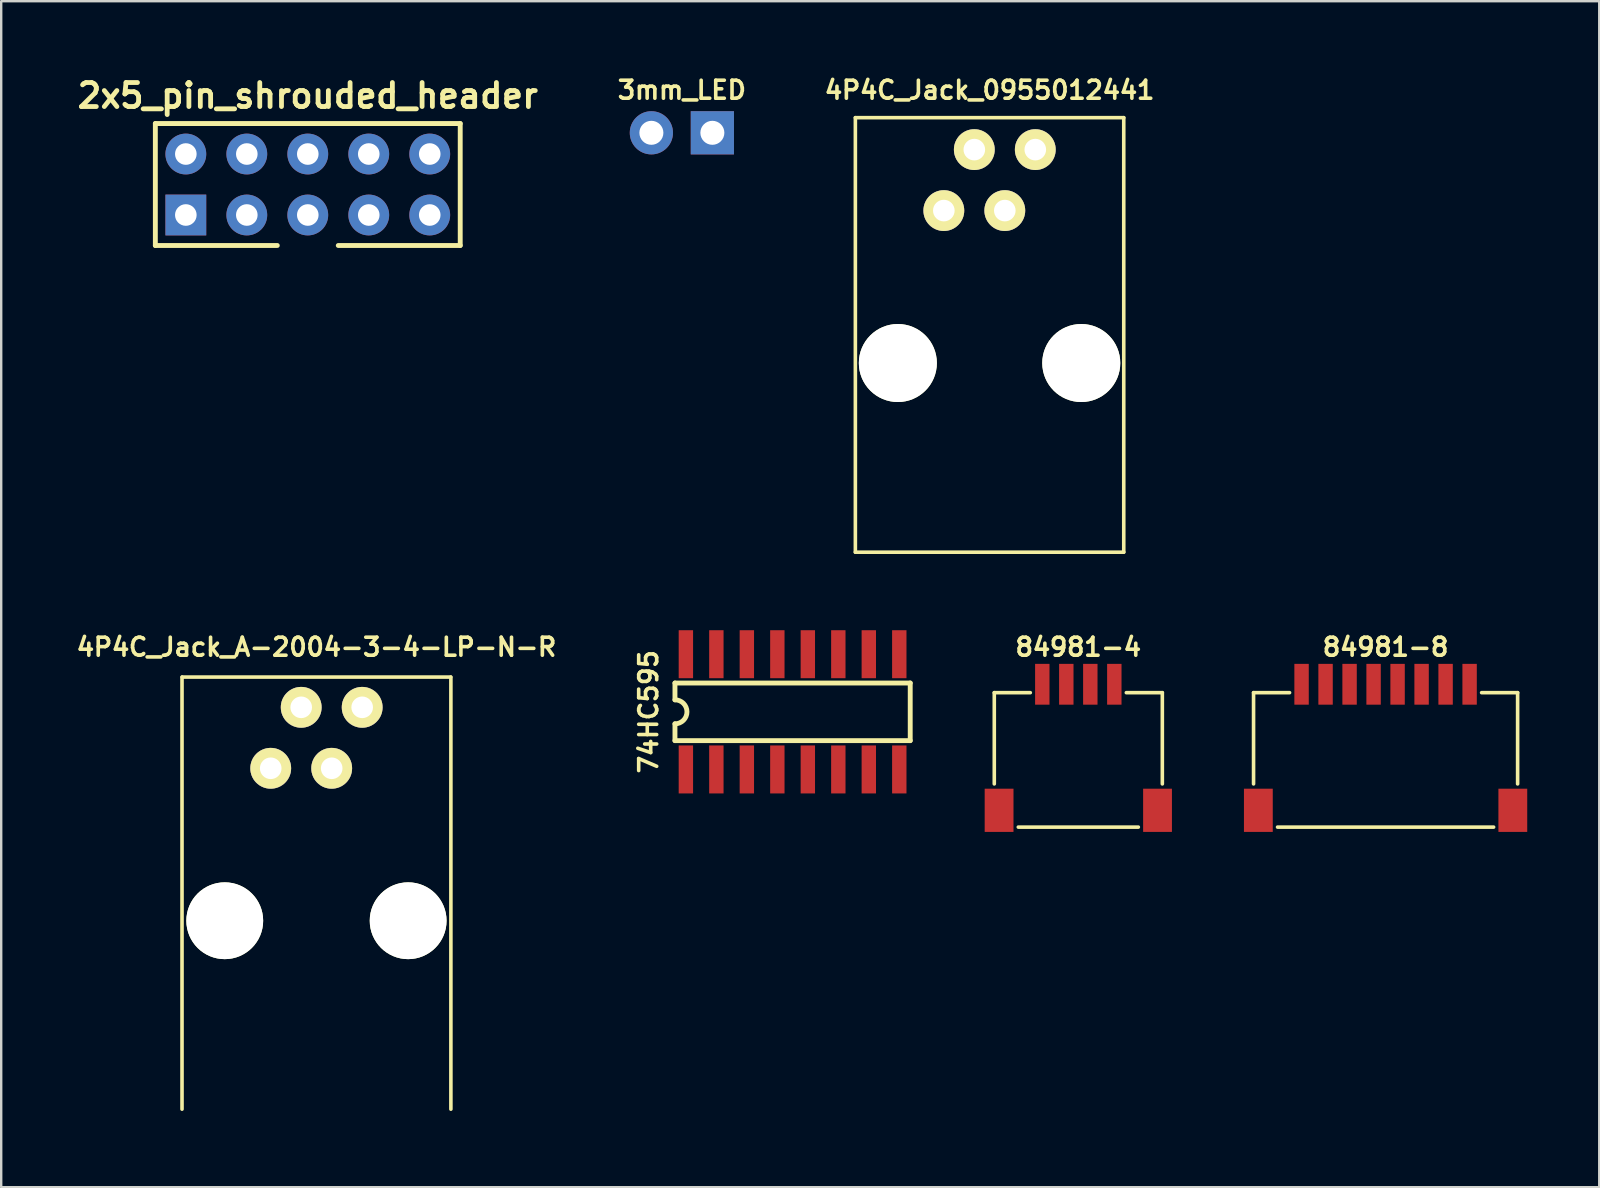
<source format=kicad_pcb>
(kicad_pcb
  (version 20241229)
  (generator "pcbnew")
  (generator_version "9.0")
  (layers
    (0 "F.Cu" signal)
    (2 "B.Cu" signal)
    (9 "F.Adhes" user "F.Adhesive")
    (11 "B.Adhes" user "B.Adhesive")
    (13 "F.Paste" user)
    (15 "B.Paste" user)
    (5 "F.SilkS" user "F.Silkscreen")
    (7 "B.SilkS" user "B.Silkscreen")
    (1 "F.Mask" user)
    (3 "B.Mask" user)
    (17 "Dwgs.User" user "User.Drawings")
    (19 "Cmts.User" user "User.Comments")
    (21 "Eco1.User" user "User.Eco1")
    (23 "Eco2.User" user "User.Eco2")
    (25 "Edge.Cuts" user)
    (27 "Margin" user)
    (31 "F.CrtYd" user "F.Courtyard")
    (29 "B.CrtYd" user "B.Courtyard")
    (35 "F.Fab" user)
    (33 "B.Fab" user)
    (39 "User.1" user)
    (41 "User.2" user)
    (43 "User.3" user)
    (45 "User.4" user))
  (footprint "4P4C_Jack_0955012441"
    (layer "F.Cu")
    (at 38.171 19.952)
    (property "Reference" "4P4C_Jack_0955012441" (at 0 -19.25 0) (layer "F.SilkS") (effects (font (size 0.75 0.75) (thickness 0.15))))
    (attr through_hole)
    (fp_line (start -5.59 -18.1) (end -5.59 0) (stroke (width 0.15) (type solid)) (layer "F.SilkS"))
    (fp_line (start -5.59 0) (end 5.59 0) (stroke (width 0.15) (type solid)) (layer "F.SilkS"))
    (fp_line (start 5.59 -18.1) (end -5.59 -18.1) (stroke (width 0.15) (type solid)) (layer "F.SilkS"))
    (fp_line (start 5.59 0) (end 5.59 -18.1) (stroke (width 0.15) (type solid)) (layer "F.SilkS"))
    (pad "" np_thru_hole circle (at -3.82 -7.88) (size 3.25 3.25) (drill 3.25) (layers "*.Cu" "*.Mask" "F.SilkS"))
    (pad "" np_thru_hole circle (at 3.82 -7.88) (size 3.25 3.25) (drill 3.25) (layers "*.Cu" "*.Mask" "F.SilkS"))
    (pad "1" thru_hole circle (at 1.905 -16.77) (size 1.7 1.7) (drill 0.9) (layers "*.Cu" "*.Mask" "F.SilkS"))
    (pad "2" thru_hole circle (at 0.635 -14.23) (size 1.7 1.7) (drill 0.9) (layers "*.Cu" "*.Mask" "F.SilkS"))
    (pad "3" thru_hole circle (at -0.635 -16.77) (size 1.7 1.7) (drill 0.9) (layers "*.Cu" "*.Mask" "F.SilkS"))
    (pad "4" thru_hole circle (at -1.905 -14.23) (size 1.7 1.7) (drill 0.9) (layers "*.Cu" "*.Mask" "F.SilkS")))
  (footprint "3mm_LED"
    (layer "F.Cu")
    (at 25.354 2.402)
    (property "Reference" "3mm_LED" (at 0 -1.7 0) (layer "F.SilkS") (effects (font (size 0.75 0.75) (thickness 0.15))))
    (attr through_hole)
    (pad "1" thru_hole circle (at -1.27 0.08) (size 1.8 1.8) (drill 1) (layers "*.Cu" "*.Mask"))
    (pad "2" thru_hole rect (at 1.27 0.08) (size 1.8 1.8) (drill 1) (layers "*.Cu" "*.Mask")))
  (footprint "84981-4"
    (layer "F.Cu")
    (at 41.868 31.404)
    (property "Reference" "84981-4" (at 0 -7.5 0) (layer "F.SilkS") (effects (font (size 0.75 0.75) (thickness 0.15))))
    (attr through_hole)
    (fp_line (start -3.5 -5.6) (end -2 -5.6) (stroke (width 0.15) (type solid)) (layer "F.SilkS"))
    (fp_line (start -3.5 -1.8) (end -3.5 -5.6) (stroke (width 0.15) (type solid)) (layer "F.SilkS"))
    (fp_line (start -2.5 0) (end 2.5 0) (stroke (width 0.15) (type solid)) (layer "F.SilkS"))
    (fp_line (start 3.5 -5.6) (end 2 -5.6) (stroke (width 0.15) (type solid)) (layer "F.SilkS"))
    (fp_line (start 3.5 -1.8) (end 3.5 -5.6) (stroke (width 0.15) (type solid)) (layer "F.SilkS"))
    (pad "" smd rect (at -3.3 -0.7) (size 1.2 1.8) (layers "F.Cu" "F.Mask" "F.Paste"))
    (pad "" smd rect (at 3.3 -0.7) (size 1.2 1.8) (layers "F.Cu" "F.Mask" "F.Paste"))
    (pad "1" smd rect (at -1.5 -5.95) (size 0.6 1.7) (layers "F.Cu" "F.Mask" "F.Paste"))
    (pad "2" smd rect (at -0.5 -5.95) (size 0.6 1.7) (layers "F.Cu" "F.Mask" "F.Paste"))
    (pad "3" smd rect (at 0.5 -5.95) (size 0.6 1.7) (layers "F.Cu" "F.Mask" "F.Paste"))
    (pad "4" smd rect (at 1.5 -5.95) (size 0.6 1.7) (layers "F.Cu" "F.Mask" "F.Paste")))
  (footprint "4P4C_Jack_A-2004-3-4-LP-N-R"
    (layer "F.Cu")
    (at 10.132 43.154)
    (property "Reference" "4P4C_Jack_A-2004-3-4-LP-N-R" (at 0 -19.25 0) (layer "F.SilkS") (effects (font (size 0.75 0.75) (thickness 0.15))))
    (attr through_hole)
    (fp_line (start -5.6 -18) (end -5.6 0) (stroke (width 0.15) (type solid)) (layer "F.SilkS"))
    (fp_line (start 5.59 -18) (end -5.59 -18) (stroke (width 0.15) (type solid)) (layer "F.SilkS"))
    (fp_line (start 5.6 0) (end 5.6 -18) (stroke (width 0.15) (type solid)) (layer "F.SilkS"))
    (pad "" np_thru_hole circle (at -3.82 -7.85) (size 3.2 3.2) (drill 3.2) (layers "*.Cu" "*.Mask" "F.SilkS"))
    (pad "" np_thru_hole circle (at 3.82 -7.85) (size 3.2 3.2) (drill 3.2) (layers "*.Cu" "*.Mask" "F.SilkS"))
    (pad "1" thru_hole circle (at 1.905 -16.74) (size 1.7 1.7) (drill 0.9) (layers "*.Cu" "*.Mask" "F.SilkS"))
    (pad "2" thru_hole circle (at 0.635 -14.2) (size 1.7 1.7) (drill 0.9) (layers "*.Cu" "*.Mask" "F.SilkS"))
    (pad "3" thru_hole circle (at -0.635 -16.74) (size 1.7 1.7) (drill 0.9) (layers "*.Cu" "*.Mask" "F.SilkS"))
    (pad "4" thru_hole circle (at -1.905 -14.2) (size 1.7 1.7) (drill 0.9) (layers "*.Cu" "*.Mask" "F.SilkS")))
  (footprint "84981-8"
    (layer "F.Cu")
    (at 54.668 31.404)
    (property "Reference" "84981-8" (at 0 -7.5 0) (layer "F.SilkS") (effects (font (size 0.75 0.75) (thickness 0.15))))
    (attr through_hole)
    (fp_line (start -5.5 -5.6) (end -4 -5.6) (stroke (width 0.15) (type solid)) (layer "F.SilkS"))
    (fp_line (start -5.5 -1.8) (end -5.5 -5.6) (stroke (width 0.15) (type solid)) (layer "F.SilkS"))
    (fp_line (start -4.5 0) (end 4.5 0) (stroke (width 0.15) (type solid)) (layer "F.SilkS"))
    (fp_line (start 5.5 -5.6) (end 4 -5.6) (stroke (width 0.15) (type solid)) (layer "F.SilkS"))
    (fp_line (start 5.5 -1.8) (end 5.5 -5.6) (stroke (width 0.15) (type solid)) (layer "F.SilkS"))
    (pad "" smd rect (at -5.3 -0.7) (size 1.2 1.8) (layers "F.Cu" "F.Mask" "F.Paste"))
    (pad "" smd rect (at 5.3 -0.7) (size 1.2 1.8) (layers "F.Cu" "F.Mask" "F.Paste"))
    (pad "1" smd rect (at -3.5 -5.95) (size 0.6 1.7) (layers "F.Cu" "F.Mask" "F.Paste"))
    (pad "2" smd rect (at -2.5 -5.95) (size 0.6 1.7) (layers "F.Cu" "F.Mask" "F.Paste"))
    (pad "3" smd rect (at -1.5 -5.95) (size 0.6 1.7) (layers "F.Cu" "F.Mask" "F.Paste"))
    (pad "4" smd rect (at -0.5 -5.95) (size 0.6 1.7) (layers "F.Cu" "F.Mask" "F.Paste"))
    (pad "5" smd rect (at 0.5 -5.95) (size 0.6 1.7) (layers "F.Cu" "F.Mask" "F.Paste"))
    (pad "6" smd rect (at 1.5 -5.95) (size 0.6 1.7) (layers "F.Cu" "F.Mask" "F.Paste"))
    (pad "7" smd rect (at 2.5 -5.95) (size 0.6 1.7) (layers "F.Cu" "F.Mask" "F.Paste"))
    (pad "8" smd rect (at 3.5 -5.95) (size 0.6 1.7) (layers "F.Cu" "F.Mask" "F.Paste")))
  (footprint "74HC595"
    (layer "F.Cu")
    (at 29.966 26.602)
    (property "Reference" "74HC595" (at -6 0 90) (layer "F.SilkS") (effects (font (size 0.75 0.75) (thickness 0.15))))
    (attr smd)
    (fp_line (start -4.9 -1.2) (end 4.9 -1.2) (stroke (width 0.203) (type solid)) (layer "F.SilkS"))
    (fp_line (start -4.9 -0.5) (end -4.9 -1.2) (stroke (width 0.203) (type solid)) (layer "F.SilkS"))
    (fp_line (start -4.9 1.2) (end -4.9 0.5) (stroke (width 0.203) (type solid)) (layer "F.SilkS"))
    (fp_line (start 4.9 -1.2) (end 4.9 1.2) (stroke (width 0.203) (type solid)) (layer "F.SilkS"))
    (fp_line (start 4.9 1.2) (end -4.9 1.2) (stroke (width 0.203) (type solid)) (layer "F.SilkS"))
    (fp_arc (start -4.9 -0.5) (mid -4.4 0) (end -4.9 0.5) (stroke (width 0.2032) (type solid)) (layer "F.SilkS"))
    (pad "1" smd rect (at -4.445 2.4) (size 0.599 1.999) (layers "F.Cu" "F.Mask" "F.Paste"))
    (pad "2" smd rect (at -3.175 2.4) (size 0.599 1.999) (layers "F.Cu" "F.Mask" "F.Paste"))
    (pad "3" smd rect (at -1.905 2.4) (size 0.599 1.999) (layers "F.Cu" "F.Mask" "F.Paste"))
    (pad "4" smd rect (at -0.635 2.4) (size 0.599 1.999) (layers "F.Cu" "F.Mask" "F.Paste"))
    (pad "5" smd rect (at 0.635 2.4) (size 0.599 1.999) (layers "F.Cu" "F.Mask" "F.Paste"))
    (pad "6" smd rect (at 1.905 2.4) (size 0.599 1.999) (layers "F.Cu" "F.Mask" "F.Paste"))
    (pad "7" smd rect (at 3.175 2.4) (size 0.599 1.999) (layers "F.Cu" "F.Mask" "F.Paste"))
    (pad "8" smd rect (at 4.445 2.4) (size 0.599 1.999) (layers "F.Cu" "F.Mask" "F.Paste"))
    (pad "9" smd rect (at 4.445 -2.4) (size 0.599 1.999) (layers "F.Cu" "F.Mask" "F.Paste"))
    (pad "10" smd rect (at 3.175 -2.4) (size 0.599 1.999) (layers "F.Cu" "F.Mask" "F.Paste"))
    (pad "11" smd rect (at 1.905 -2.4) (size 0.599 1.999) (layers "F.Cu" "F.Mask" "F.Paste"))
    (pad "12" smd rect (at 0.635 -2.4) (size 0.599 1.999) (layers "F.Cu" "F.Mask" "F.Paste"))
    (pad "13" smd rect (at -0.635 -2.4) (size 0.599 1.999) (layers "F.Cu" "F.Mask" "F.Paste"))
    (pad "14" smd rect (at -1.905 -2.4) (size 0.599 1.999) (layers "F.Cu" "F.Mask" "F.Paste"))
    (pad "15" smd rect (at -3.175 -2.4) (size 0.599 1.999) (layers "F.Cu" "F.Mask" "F.Paste"))
    (pad "16" smd rect (at -4.445 -2.4) (size 0.599 1.999) (layers "F.Cu" "F.Mask" "F.Paste")))
  (footprint "2x5_pin_shrouded_header"
    (layer "F.Cu")
    (at 9.771 4.636)
    (property "Reference" "2x5_pin_shrouded_header" (at 0 -3.7 0) (layer "F.SilkS") (effects (font (size 1 1) (thickness 0.2))))
    (attr through_hole)
    (fp_line (start -6.35 -2.54) (end 6.35 -2.54) (stroke (width 0.203) (type solid)) (layer "F.SilkS"))
    (fp_line (start -6.35 2.54) (end -6.35 -2.54) (stroke (width 0.203) (type solid)) (layer "F.SilkS"))
    (fp_line (start -6.35 2.54) (end -1.27 2.54) (stroke (width 0.203) (type solid)) (layer "F.SilkS"))
    (fp_line (start 1.27 2.54) (end 6.35 2.54) (stroke (width 0.203) (type solid)) (layer "F.SilkS"))
    (fp_line (start 6.35 -2.54) (end 6.35 2.54) (stroke (width 0.203) (type solid)) (layer "F.SilkS"))
    (pad "1" thru_hole rect (at -5.08 1.27) (size 1.7 1.7) (drill 0.9) (layers "*.Cu" "*.Mask"))
    (pad "2" thru_hole circle (at -5.08 -1.27) (size 1.7 1.7) (drill 0.9) (layers "*.Cu" "*.Mask"))
    (pad "3" thru_hole circle (at -2.54 1.27) (size 1.7 1.7) (drill 0.9) (layers "*.Cu" "*.Mask"))
    (pad "4" thru_hole circle (at -2.54 -1.27) (size 1.7 1.7) (drill 0.9) (layers "*.Cu" "*.Mask"))
    (pad "5" thru_hole circle (at 0 1.27) (size 1.7 1.7) (drill 0.9) (layers "*.Cu" "*.Mask"))
    (pad "6" thru_hole circle (at 0 -1.27) (size 1.7 1.7) (drill 0.9) (layers "*.Cu" "*.Mask"))
    (pad "7" thru_hole circle (at 2.54 1.27) (size 1.7 1.7) (drill 0.9) (layers "*.Cu" "*.Mask"))
    (pad "8" thru_hole circle (at 2.54 -1.27) (size 1.7 1.7) (drill 0.9) (layers "*.Cu" "*.Mask"))
    (pad "9" thru_hole circle (at 5.08 1.27) (size 1.7 1.7) (drill 0.9) (layers "*.Cu" "*.Mask"))
    (pad "10" thru_hole circle (at 5.08 -1.27) (size 1.7 1.7) (drill 0.9) (layers "*.Cu" "*.Mask")))
  (gr_rect
    (start -3 -3)
    (end 63.568 46.404)
    (stroke (width 0.1) (type default))
    (fill no)
    (layer "Edge.Cuts")))
</source>
